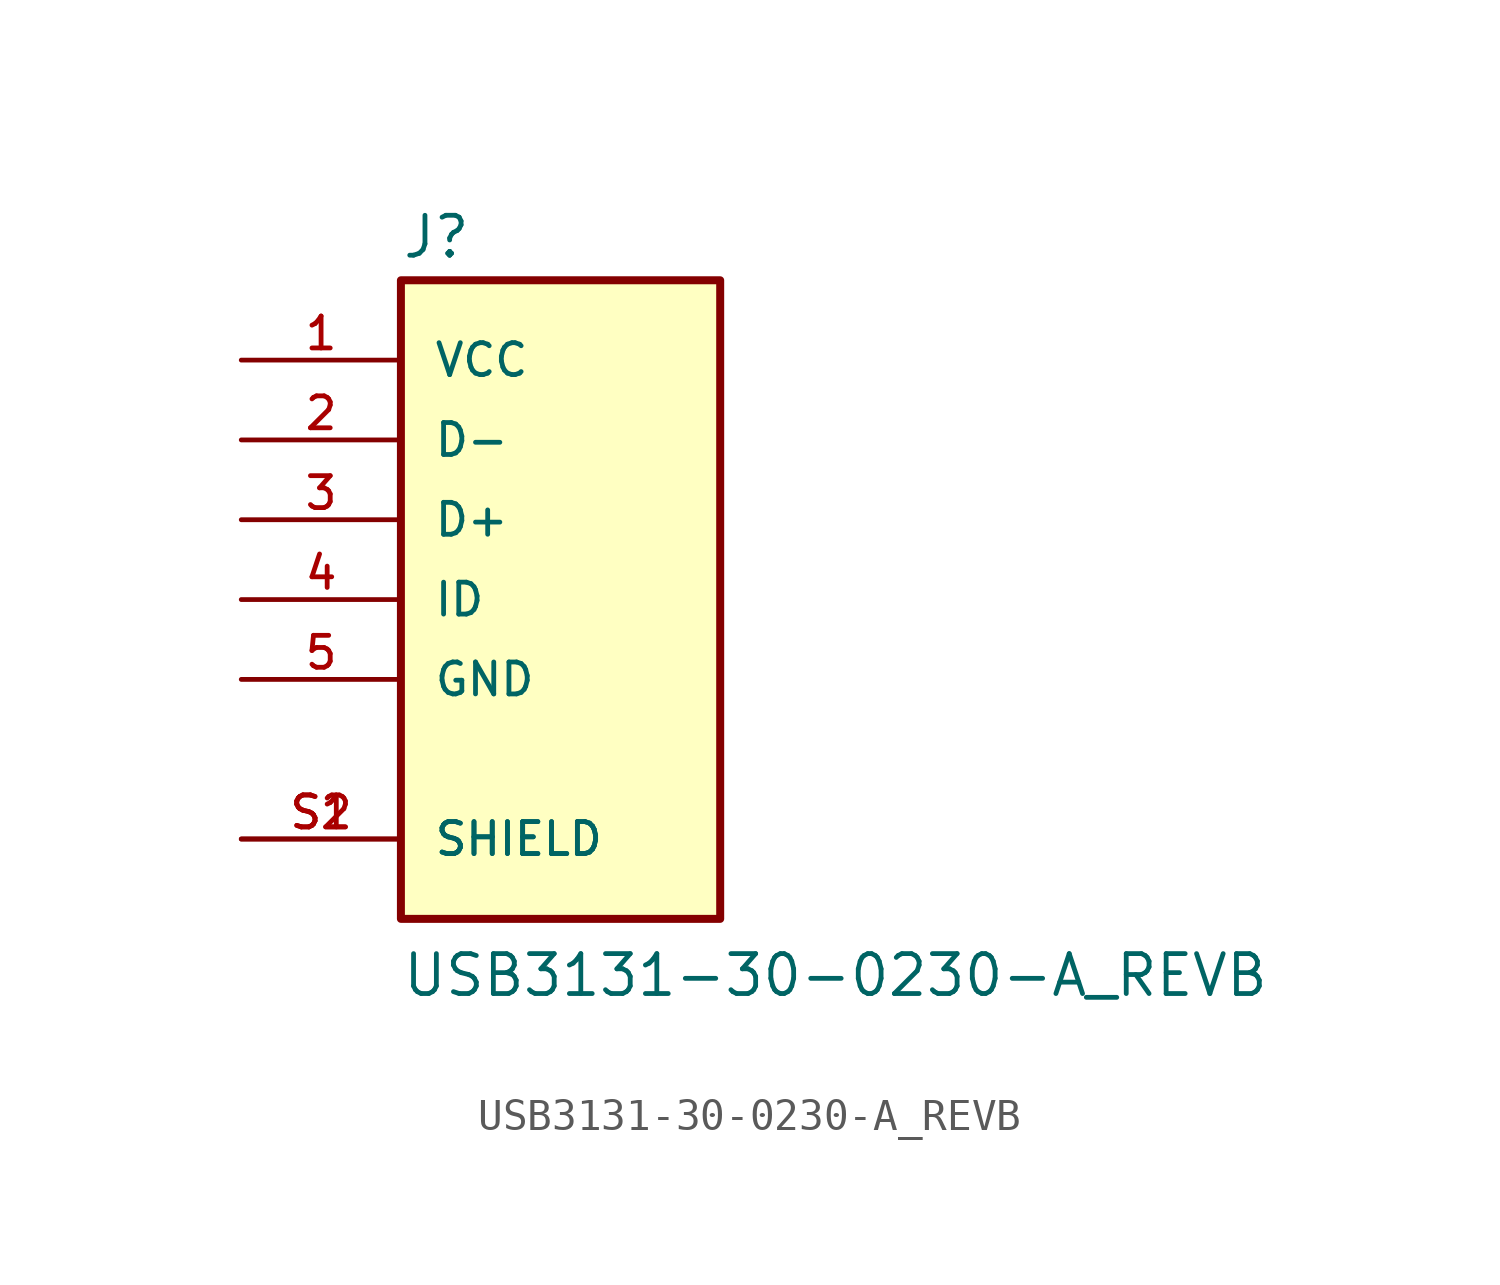
<source format=kicad_sym>
(kicad_symbol_lib
  (version 20211014)
  (generator kicad_symbol_editor)
  (symbol "USB3131-30-0230-A_REVB"
    (pin_names
      (offset 1.016))
    (property "Reference" "J"
      (at -5.08 10.795 0)
      (effects (font (size 1.27 1.27)) (justify bottom left)))
    (property "Value" "USB3131-30-0230-A_REVB"
      (at -5.08 -12.7 0)
      (effects (font (size 1.27 1.27)) (justify bottom left)))
    (symbol "USB3131-30-0230-A_REVB_0_0"
      (rectangle (start -5.08 -10.16) (end 5.08 10.16) (stroke (width 0.254)) (fill (type background)))
      (pin power_in line (at -10.16 7.62 0) (length 5.08) (name "VCC" (effects (font (size 1.016 1.016)))) (number "1" (effects (font (size 1.016 1.016)))))
      (pin bidirectional line (at -10.16 5.08 0) (length 5.08) (name "D-" (effects (font (size 1.016 1.016)))) (number "2" (effects (font (size 1.016 1.016)))))
      (pin bidirectional line (at -10.16 2.54 0) (length 5.08) (name "D+" (effects (font (size 1.016 1.016)))) (number "3" (effects (font (size 1.016 1.016)))))
      (pin power_in line (at -10.16 -2.54 0) (length 5.08) (name "GND" (effects (font (size 1.016 1.016)))) (number "5" (effects (font (size 1.016 1.016)))))
      (pin passive line (at -10.16 -7.62 0) (length 5.08) (name "SHIELD" (effects (font (size 1.016 1.016)))) (number "S1" (effects (font (size 1.016 1.016)))))
      (pin passive line (at -10.16 -7.62 0) (length 5.08) (name "SHIELD" (effects (font (size 1.016 1.016)))) (number "S2" (effects (font (size 1.016 1.016)))))
      (pin bidirectional line (at -10.16 0.0 0) (length 5.08) (name "ID" (effects (font (size 1.016 1.016)))) (number "4" (effects (font (size 1.016 1.016))))))))
</source>
